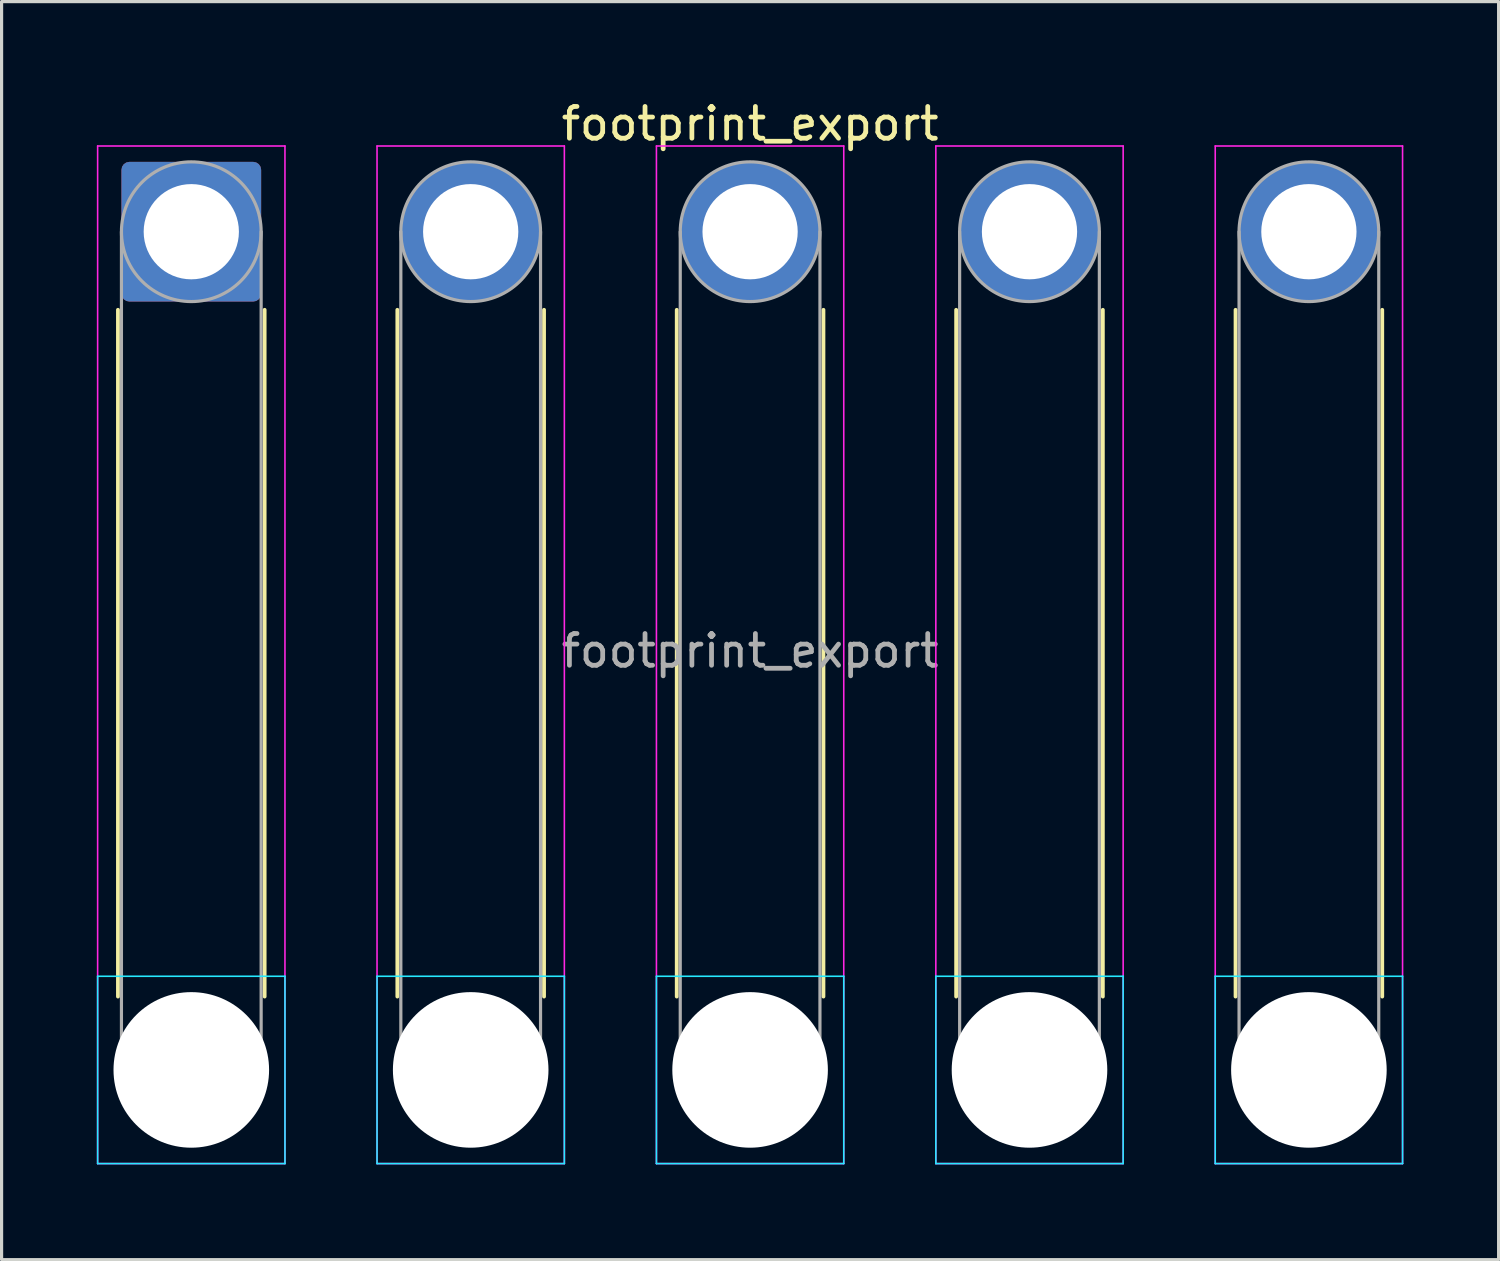
<source format=kicad_pcb>
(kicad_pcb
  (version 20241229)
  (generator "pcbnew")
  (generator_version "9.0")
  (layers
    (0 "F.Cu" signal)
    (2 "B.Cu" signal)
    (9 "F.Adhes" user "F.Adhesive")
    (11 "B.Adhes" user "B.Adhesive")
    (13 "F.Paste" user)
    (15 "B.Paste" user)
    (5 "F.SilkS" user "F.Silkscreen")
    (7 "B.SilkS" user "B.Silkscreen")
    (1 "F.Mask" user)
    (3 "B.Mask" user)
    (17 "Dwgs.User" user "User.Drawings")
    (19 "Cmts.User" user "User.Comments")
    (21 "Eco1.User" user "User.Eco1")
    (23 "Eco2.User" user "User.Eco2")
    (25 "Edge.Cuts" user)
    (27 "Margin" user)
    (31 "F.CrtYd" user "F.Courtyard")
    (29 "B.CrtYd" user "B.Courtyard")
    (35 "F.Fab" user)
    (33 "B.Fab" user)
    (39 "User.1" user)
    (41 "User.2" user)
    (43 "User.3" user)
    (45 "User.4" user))
  (footprint "footprint_export"
    (layer "F.Cu")
    (at 2.975 4.248)
    (property "Reference" "footprint_export" (at 17.6 -3.4 0) (layer "F.SilkS") (effects (font (size 1 1) (thickness 0.15))))
    (attr exclude_from_pos_files exclude_from_bom)
    (fp_line (start -2.31 2.46) (end -2.31 24.09) (stroke (width 0.12) (type solid)) (layer "F.SilkS"))
    (fp_line (start 2.31 2.46) (end 2.31 24.09) (stroke (width 0.12) (type solid)) (layer "F.SilkS"))
    (fp_line (start 6.49 2.46) (end 6.49 24.09) (stroke (width 0.12) (type solid)) (layer "F.SilkS"))
    (fp_line (start 11.11 2.46) (end 11.11 24.09) (stroke (width 0.12) (type solid)) (layer "F.SilkS"))
    (fp_line (start 15.29 2.46) (end 15.29 24.09) (stroke (width 0.12) (type solid)) (layer "F.SilkS"))
    (fp_line (start 19.91 2.46) (end 19.91 24.09) (stroke (width 0.12) (type solid)) (layer "F.SilkS"))
    (fp_line (start 24.09 2.46) (end 24.09 24.09) (stroke (width 0.12) (type solid)) (layer "F.SilkS"))
    (fp_line (start 28.71 2.46) (end 28.71 24.09) (stroke (width 0.12) (type solid)) (layer "F.SilkS"))
    (fp_line (start 32.89 2.46) (end 32.89 24.09) (stroke (width 0.12) (type solid)) (layer "F.SilkS"))
    (fp_line (start 37.51 2.46) (end 37.51 24.09) (stroke (width 0.12) (type solid)) (layer "F.SilkS"))
    (fp_line (start -2.95 23.45) (end -2.95 29.35) (stroke (width 0.05) (type solid)) (layer "B.CrtYd"))
    (fp_line (start -2.95 29.35) (end 2.95 29.35) (stroke (width 0.05) (type solid)) (layer "B.CrtYd"))
    (fp_line (start 2.95 23.45) (end -2.95 23.45) (stroke (width 0.05) (type solid)) (layer "B.CrtYd"))
    (fp_line (start 2.95 29.35) (end 2.95 23.45) (stroke (width 0.05) (type solid)) (layer "B.CrtYd"))
    (fp_line (start 5.85 23.45) (end 5.85 29.35) (stroke (width 0.05) (type solid)) (layer "B.CrtYd"))
    (fp_line (start 5.85 29.35) (end 11.75 29.35) (stroke (width 0.05) (type solid)) (layer "B.CrtYd"))
    (fp_line (start 11.75 23.45) (end 5.85 23.45) (stroke (width 0.05) (type solid)) (layer "B.CrtYd"))
    (fp_line (start 11.75 29.35) (end 11.75 23.45) (stroke (width 0.05) (type solid)) (layer "B.CrtYd"))
    (fp_line (start 14.65 23.45) (end 14.65 29.35) (stroke (width 0.05) (type solid)) (layer "B.CrtYd"))
    (fp_line (start 14.65 29.35) (end 20.55 29.35) (stroke (width 0.05) (type solid)) (layer "B.CrtYd"))
    (fp_line (start 20.55 23.45) (end 14.65 23.45) (stroke (width 0.05) (type solid)) (layer "B.CrtYd"))
    (fp_line (start 20.55 29.35) (end 20.55 23.45) (stroke (width 0.05) (type solid)) (layer "B.CrtYd"))
    (fp_line (start 23.45 23.45) (end 23.45 29.35) (stroke (width 0.05) (type solid)) (layer "B.CrtYd"))
    (fp_line (start 23.45 29.35) (end 29.35 29.35) (stroke (width 0.05) (type solid)) (layer "B.CrtYd"))
    (fp_line (start 29.35 23.45) (end 23.45 23.45) (stroke (width 0.05) (type solid)) (layer "B.CrtYd"))
    (fp_line (start 29.35 29.35) (end 29.35 23.45) (stroke (width 0.05) (type solid)) (layer "B.CrtYd"))
    (fp_line (start 32.25 23.45) (end 32.25 29.35) (stroke (width 0.05) (type solid)) (layer "B.CrtYd"))
    (fp_line (start 32.25 29.35) (end 38.15 29.35) (stroke (width 0.05) (type solid)) (layer "B.CrtYd"))
    (fp_line (start 38.15 23.45) (end 32.25 23.45) (stroke (width 0.05) (type solid)) (layer "B.CrtYd"))
    (fp_line (start 38.15 29.35) (end 38.15 23.45) (stroke (width 0.05) (type solid)) (layer "B.CrtYd"))
    (fp_line (start -2.95 -2.7) (end -2.95 29.35) (stroke (width 0.05) (type solid)) (layer "F.CrtYd"))
    (fp_line (start -2.95 29.35) (end 2.95 29.35) (stroke (width 0.05) (type solid)) (layer "F.CrtYd"))
    (fp_line (start 2.95 -2.7) (end -2.95 -2.7) (stroke (width 0.05) (type solid)) (layer "F.CrtYd"))
    (fp_line (start 2.95 29.35) (end 2.95 -2.7) (stroke (width 0.05) (type solid)) (layer "F.CrtYd"))
    (fp_line (start 5.85 -2.7) (end 5.85 29.35) (stroke (width 0.05) (type solid)) (layer "F.CrtYd"))
    (fp_line (start 5.85 29.35) (end 11.75 29.35) (stroke (width 0.05) (type solid)) (layer "F.CrtYd"))
    (fp_line (start 11.75 -2.7) (end 5.85 -2.7) (stroke (width 0.05) (type solid)) (layer "F.CrtYd"))
    (fp_line (start 11.75 29.35) (end 11.75 -2.7) (stroke (width 0.05) (type solid)) (layer "F.CrtYd"))
    (fp_line (start 14.65 -2.7) (end 14.65 29.35) (stroke (width 0.05) (type solid)) (layer "F.CrtYd"))
    (fp_line (start 14.65 29.35) (end 20.55 29.35) (stroke (width 0.05) (type solid)) (layer "F.CrtYd"))
    (fp_line (start 20.55 -2.7) (end 14.65 -2.7) (stroke (width 0.05) (type solid)) (layer "F.CrtYd"))
    (fp_line (start 20.55 29.35) (end 20.55 -2.7) (stroke (width 0.05) (type solid)) (layer "F.CrtYd"))
    (fp_line (start 23.45 -2.7) (end 23.45 29.35) (stroke (width 0.05) (type solid)) (layer "F.CrtYd"))
    (fp_line (start 23.45 29.35) (end 29.35 29.35) (stroke (width 0.05) (type solid)) (layer "F.CrtYd"))
    (fp_line (start 29.35 -2.7) (end 23.45 -2.7) (stroke (width 0.05) (type solid)) (layer "F.CrtYd"))
    (fp_line (start 29.35 29.35) (end 29.35 -2.7) (stroke (width 0.05) (type solid)) (layer "F.CrtYd"))
    (fp_line (start 32.25 -2.7) (end 32.25 29.35) (stroke (width 0.05) (type solid)) (layer "F.CrtYd"))
    (fp_line (start 32.25 29.35) (end 38.15 29.35) (stroke (width 0.05) (type solid)) (layer "F.CrtYd"))
    (fp_line (start 38.15 -2.7) (end 32.25 -2.7) (stroke (width 0.05) (type solid)) (layer "F.CrtYd"))
    (fp_line (start 38.15 29.35) (end 38.15 -2.7) (stroke (width 0.05) (type solid)) (layer "F.CrtYd"))
    (fp_line (start -2.2 0) (end -2.2 26.4) (stroke (width 0.1) (type solid)) (layer "F.Fab"))
    (fp_line (start 2.2 0) (end 2.2 26.4) (stroke (width 0.1) (type solid)) (layer "F.Fab"))
    (fp_line (start 6.6 0) (end 6.6 26.4) (stroke (width 0.1) (type solid)) (layer "F.Fab"))
    (fp_line (start 11 0) (end 11 26.4) (stroke (width 0.1) (type solid)) (layer "F.Fab"))
    (fp_line (start 15.4 0) (end 15.4 26.4) (stroke (width 0.1) (type solid)) (layer "F.Fab"))
    (fp_line (start 19.8 0) (end 19.8 26.4) (stroke (width 0.1) (type solid)) (layer "F.Fab"))
    (fp_line (start 24.2 0) (end 24.2 26.4) (stroke (width 0.1) (type solid)) (layer "F.Fab"))
    (fp_line (start 28.6 0) (end 28.6 26.4) (stroke (width 0.1) (type solid)) (layer "F.Fab"))
    (fp_line (start 33 0) (end 33 26.4) (stroke (width 0.1) (type solid)) (layer "F.Fab"))
    (fp_line (start 37.4 0) (end 37.4 26.4) (stroke (width 0.1) (type solid)) (layer "F.Fab"))
    (fp_circle (center 0 0) (end 2.2 0) (stroke (width 0.1) (type solid)) (fill no) (layer "F.Fab"))
    (fp_circle (center 0 26.4) (end 2.2 26.4) (stroke (width 0.1) (type solid)) (fill no) (layer "F.Fab"))
    (fp_circle (center 8.8 0) (end 11 0) (stroke (width 0.1) (type solid)) (fill no) (layer "F.Fab"))
    (fp_circle (center 8.8 26.4) (end 11 26.4) (stroke (width 0.1) (type solid)) (fill no) (layer "F.Fab"))
    (fp_circle (center 17.6 0) (end 19.8 0) (stroke (width 0.1) (type solid)) (fill no) (layer "F.Fab"))
    (fp_circle (center 17.6 26.4) (end 19.8 26.4) (stroke (width 0.1) (type solid)) (fill no) (layer "F.Fab"))
    (fp_circle (center 26.4 0) (end 28.6 0) (stroke (width 0.1) (type solid)) (fill no) (layer "F.Fab"))
    (fp_circle (center 26.4 26.4) (end 28.6 26.4) (stroke (width 0.1) (type solid)) (fill no) (layer "F.Fab"))
    (fp_circle (center 35.2 0) (end 37.4 0) (stroke (width 0.1) (type solid)) (fill no) (layer "F.Fab"))
    (fp_circle (center 35.2 26.4) (end 37.4 26.4) (stroke (width 0.1) (type solid)) (fill no) (layer "F.Fab"))
    (fp_text user "${REFERENCE}" (at 17.6 13.2 0) (layer "F.Fab") (effects (font (size 1 1) (thickness 0.15))))
    (pad "" np_thru_hole circle (at 0 26.4) (size 4.9 4.9) (drill 4.9) (layers "*.Cu" "*.Mask"))
    (pad "" np_thru_hole circle (at 8.8 26.4) (size 4.9 4.9) (drill 4.9) (layers "*.Cu" "*.Mask"))
    (pad "" np_thru_hole circle (at 17.6 26.4) (size 4.9 4.9) (drill 4.9) (layers "*.Cu" "*.Mask"))
    (pad "" np_thru_hole circle (at 26.4 26.4) (size 4.9 4.9) (drill 4.9) (layers "*.Cu" "*.Mask"))
    (pad "" np_thru_hole circle (at 35.2 26.4) (size 4.9 4.9) (drill 4.9) (layers "*.Cu" "*.Mask"))
    (pad "1" thru_hole roundrect (at 0 0) (size 4.4 4.4) (drill 3) (layers "*.Cu" "*.Mask") (roundrect_rratio 0.057))
    (pad "2" thru_hole circle (at 8.8 0) (size 4.4 4.4) (drill 3) (layers "*.Cu" "*.Mask"))
    (pad "3" thru_hole circle (at 17.6 0) (size 4.4 4.4) (drill 3) (layers "*.Cu" "*.Mask"))
    (pad "4" thru_hole circle (at 26.4 0) (size 4.4 4.4) (drill 3) (layers "*.Cu" "*.Mask"))
    (pad "5" thru_hole circle (at 35.2 0) (size 4.4 4.4) (drill 3) (layers "*.Cu" "*.Mask")))
  (gr_rect
    (start -3 -3)
    (end 44.15 36.623)
    (stroke (width 0.1) (type default))
    (fill no)
    (layer "Edge.Cuts")))
</source>
